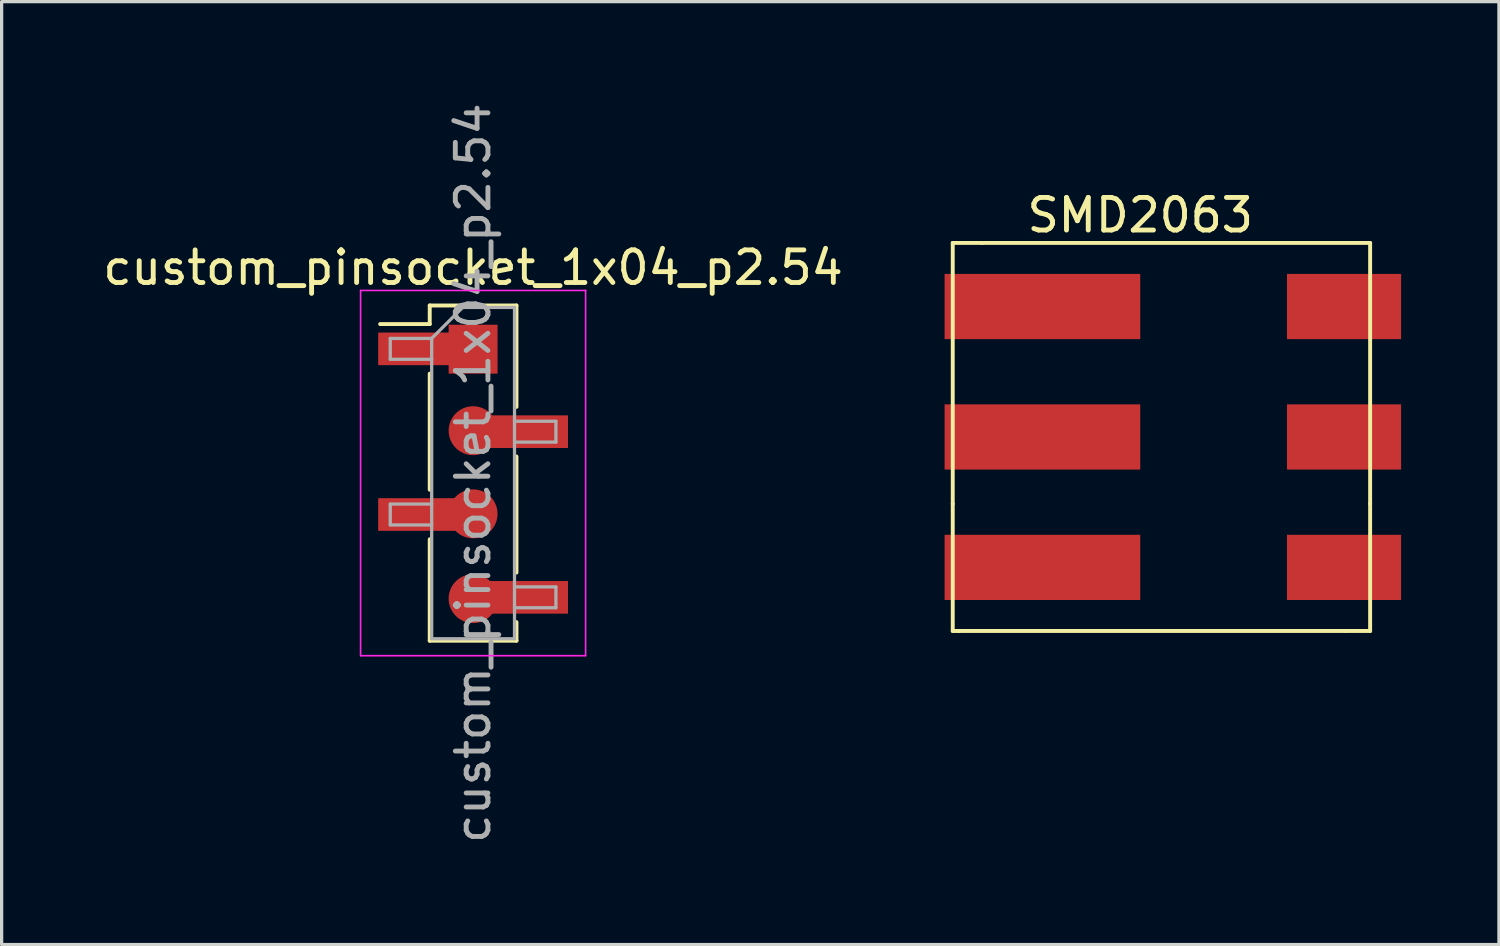
<source format=kicad_pcb>
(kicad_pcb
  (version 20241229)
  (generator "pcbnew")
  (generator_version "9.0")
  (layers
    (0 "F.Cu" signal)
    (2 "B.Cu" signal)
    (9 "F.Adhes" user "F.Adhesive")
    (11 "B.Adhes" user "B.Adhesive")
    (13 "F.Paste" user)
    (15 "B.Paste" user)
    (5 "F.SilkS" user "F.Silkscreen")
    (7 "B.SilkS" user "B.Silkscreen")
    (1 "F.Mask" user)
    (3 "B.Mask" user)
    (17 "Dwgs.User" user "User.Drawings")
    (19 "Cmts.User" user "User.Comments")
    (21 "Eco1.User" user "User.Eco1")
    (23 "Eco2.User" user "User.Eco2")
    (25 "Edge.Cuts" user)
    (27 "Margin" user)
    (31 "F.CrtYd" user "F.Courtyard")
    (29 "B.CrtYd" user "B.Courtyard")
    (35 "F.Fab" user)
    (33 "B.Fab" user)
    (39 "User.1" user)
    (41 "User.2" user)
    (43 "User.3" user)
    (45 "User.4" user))
  (footprint "SMD2063"
    (layer "F.Cu")
    (at 30.317 0.25)
    (property "Reference" "SMD2063" (at 1.6 3.3 0) (layer "F.SilkS") (effects (font (size 1 1) (thickness 0.15))))
    (attr through_hole)
    (fp_line (start -4.15 4.15) (end -4.15 12.15) (stroke (width 0.12) (type solid)) (layer "F.SilkS"))
    (fp_line (start -4.15 12.15) (end -4.15 16.05) (stroke (width 0.12) (type solid)) (layer "F.SilkS"))
    (fp_line (start -4.15 16.05) (end -3.95 16.05) (stroke (width 0.12) (type solid)) (layer "F.SilkS"))
    (fp_line (start -3.25 4.15) (end -4.15 4.15) (stroke (width 0.12) (type solid)) (layer "F.SilkS"))
    (fp_line (start 7.9 16.05) (end -4 16.05) (stroke (width 0.12) (type solid)) (layer "F.SilkS"))
    (fp_line (start 7.9 16.05) (end 8.65 16.05) (stroke (width 0.12) (type solid)) (layer "F.SilkS"))
    (fp_line (start 8.65 4.15) (end -3.25 4.15) (stroke (width 0.12) (type solid)) (layer "F.SilkS"))
    (fp_line (start 8.65 12.15) (end 8.65 4.15) (stroke (width 0.12) (type solid)) (layer "F.SilkS"))
    (fp_line (start 8.65 12.15) (end 8.65 16.05) (stroke (width 0.12) (type solid)) (layer "F.SilkS"))
    (pad "" smd rect (at -1.4 6.1) (size 6 2) (layers "F.Cu" "F.Mask" "F.Paste"))
    (pad "" smd rect (at -1.4 10.1) (size 6 2) (layers "F.Cu" "F.Mask" "F.Paste"))
    (pad "" smd rect (at -1.4 14.1) (size 6 2) (layers "F.Cu" "F.Mask" "F.Paste"))
    (pad "1" smd rect (at 7.85 6.1) (size 3.5 2) (layers "F.Cu" "F.Mask" "F.Paste"))
    (pad "2" smd rect (at 7.85 10.1) (size 3.5 2) (layers "F.Cu" "F.Mask" "F.Paste"))
    (pad "3" smd rect (at 7.85 14.1) (size 3.5 2) (layers "F.Cu" "F.Mask" "F.Paste")))
  (footprint "custom_pinsocket_1x04_p2.54"
    (layer "F.Cu")
    (at 11.458 2.058)
    (property "Reference" "custom_pinsocket_1x04_p2.54" (at 0 3.1 0) (layer "F.SilkS") (effects (font (size 1 1) (thickness 0.15))))
    (attr through_hole)
    (fp_line (start -1.33 4.26) (end -1.33 4.83) (stroke (width 0.12) (type solid)) (layer "F.SilkS"))
    (fp_line (start -1.33 4.26) (end 1.33 4.26) (stroke (width 0.12) (type solid)) (layer "F.SilkS"))
    (fp_line (start -1.33 4.83) (end -2.85 4.83) (stroke (width 0.12) (type solid)) (layer "F.SilkS"))
    (fp_line (start -1.33 6.35) (end -1.33 9.91) (stroke (width 0.12) (type solid)) (layer "F.SilkS"))
    (fp_line (start -1.33 11.43) (end -1.33 14.54) (stroke (width 0.12) (type solid)) (layer "F.SilkS"))
    (fp_line (start -1.33 14.54) (end 1.33 14.54) (stroke (width 0.12) (type solid)) (layer "F.SilkS"))
    (fp_line (start 1.33 4.26) (end 1.33 7.37) (stroke (width 0.12) (type solid)) (layer "F.SilkS"))
    (fp_line (start 1.33 8.89) (end 1.33 12.45) (stroke (width 0.12) (type solid)) (layer "F.SilkS"))
    (fp_line (start 1.33 13.97) (end 1.33 14.54) (stroke (width 0.12) (type solid)) (layer "F.SilkS"))
    (fp_line (start -3.45 3.8) (end -3.45 15) (stroke (width 0.05) (type solid)) (layer "F.CrtYd"))
    (fp_line (start -3.45 15) (end 3.45 15) (stroke (width 0.05) (type solid)) (layer "F.CrtYd"))
    (fp_line (start 3.45 3.8) (end -3.45 3.8) (stroke (width 0.05) (type solid)) (layer "F.CrtYd"))
    (fp_line (start 3.45 15) (end 3.45 3.8) (stroke (width 0.05) (type solid)) (layer "F.CrtYd"))
    (fp_line (start -2.54 5.27) (end -2.54 5.91) (stroke (width 0.1) (type solid)) (layer "F.Fab"))
    (fp_line (start -2.54 5.91) (end -1.27 5.91) (stroke (width 0.1) (type solid)) (layer "F.Fab"))
    (fp_line (start -2.54 10.35) (end -2.54 10.99) (stroke (width 0.1) (type solid)) (layer "F.Fab"))
    (fp_line (start -2.54 10.99) (end -1.27 10.99) (stroke (width 0.1) (type solid)) (layer "F.Fab"))
    (fp_line (start -1.27 5.27) (end -2.54 5.27) (stroke (width 0.1) (type solid)) (layer "F.Fab"))
    (fp_line (start -1.27 5.27) (end -0.32 4.32) (stroke (width 0.1) (type solid)) (layer "F.Fab"))
    (fp_line (start -1.27 10.35) (end -2.54 10.35) (stroke (width 0.1) (type solid)) (layer "F.Fab"))
    (fp_line (start -1.27 14.48) (end -1.27 5.27) (stroke (width 0.1) (type solid)) (layer "F.Fab"))
    (fp_line (start -0.32 4.32) (end 1.27 4.32) (stroke (width 0.1) (type solid)) (layer "F.Fab"))
    (fp_line (start 1.27 4.32) (end 1.27 14.48) (stroke (width 0.1) (type solid)) (layer "F.Fab"))
    (fp_line (start 1.27 7.81) (end 2.54 7.81) (stroke (width 0.1) (type solid)) (layer "F.Fab"))
    (fp_line (start 1.27 12.89) (end 2.54 12.89) (stroke (width 0.1) (type solid)) (layer "F.Fab"))
    (fp_line (start 1.27 14.48) (end -1.27 14.48) (stroke (width 0.1) (type solid)) (layer "F.Fab"))
    (fp_line (start 2.54 7.81) (end 2.54 8.45) (stroke (width 0.1) (type solid)) (layer "F.Fab"))
    (fp_line (start 2.54 8.45) (end 1.27 8.45) (stroke (width 0.1) (type solid)) (layer "F.Fab"))
    (fp_line (start 2.54 12.89) (end 2.54 13.53) (stroke (width 0.1) (type solid)) (layer "F.Fab"))
    (fp_line (start 2.54 13.53) (end 1.27 13.53) (stroke (width 0.1) (type solid)) (layer "F.Fab"))
    (fp_text user "${REFERENCE}" (at 0 9.4 90) (layer "F.Fab") (effects (font (size 1 1) (thickness 0.15))))
    (pad "1" smd rect (at -1.655 5.59) (size 2.51 1) (layers "F.Cu" "F.Mask" "F.Paste"))
    (pad "1" smd rect (at 0 5.6 270) (size 1.5 1.5) (layers "F.Cu" "F.Mask" "F.Paste"))
    (pad "2" smd circle (at 0 8.1 270) (size 1.5 1.5) (layers "F.Cu" "F.Mask" "F.Paste"))
    (pad "2" smd rect (at 1.655 8.13) (size 2.51 1) (layers "F.Cu" "F.Mask" "F.Paste"))
    (pad "3" smd rect (at -1.655 10.67) (size 2.51 1) (layers "F.Cu" "F.Mask" "F.Paste"))
    (pad "3" smd circle (at 0 10.65 270) (size 1.5 1.5) (layers "F.Cu" "F.Mask" "F.Paste"))
    (pad "4" smd circle (at 0 13.25 270) (size 1.5 1.5) (layers "F.Cu" "F.Mask" "F.Paste"))
    (pad "4" smd rect (at 1.655 13.21) (size 2.51 1) (layers "F.Cu" "F.Mask" "F.Paste")))
  (gr_rect
    (start -3 -3)
    (end 42.917 25.917)
    (stroke (width 0.1) (type default))
    (fill no)
    (layer "Edge.Cuts")))
</source>
